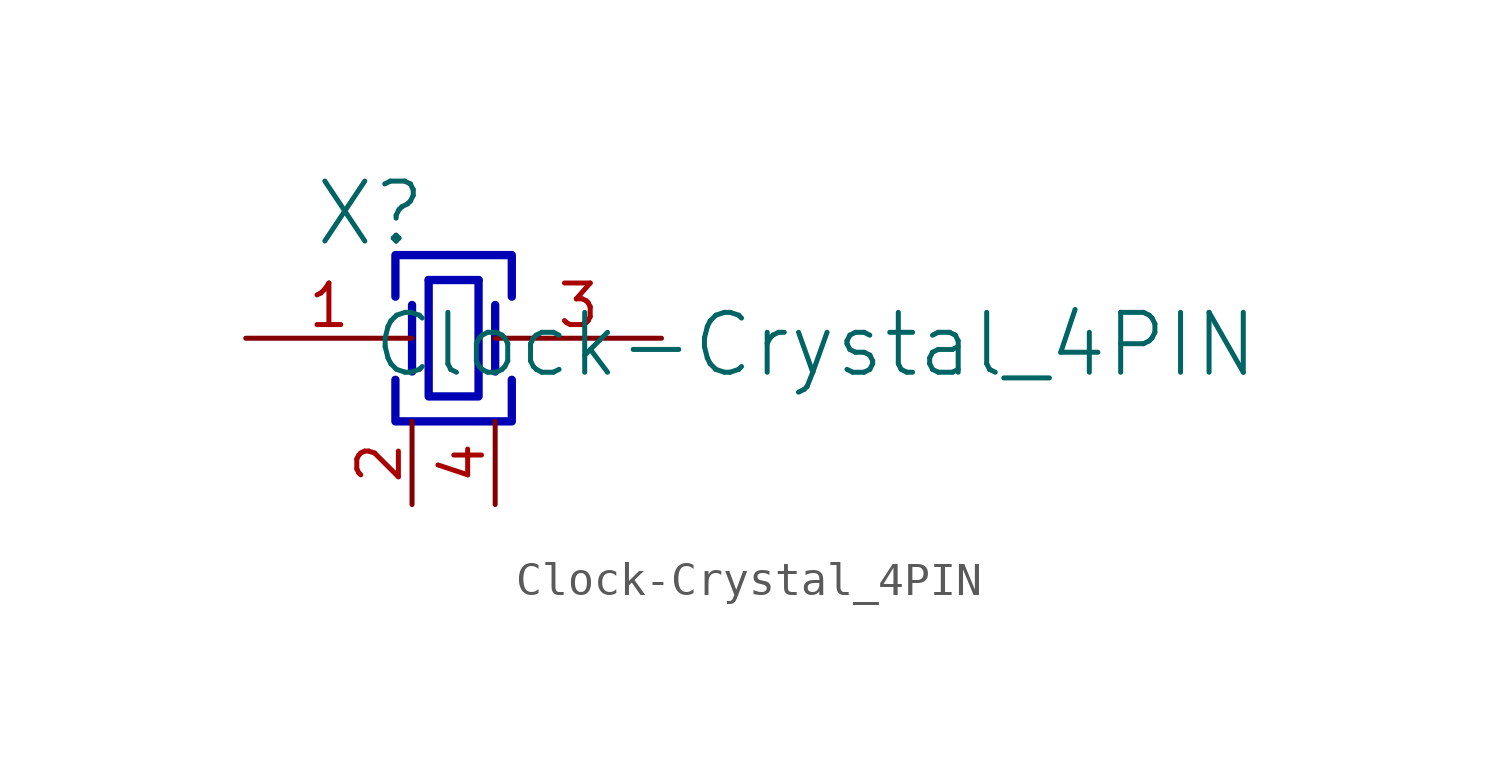
<source format=kicad_sym>
(kicad_symbol_lib
  (version 20231120)
  (generator "kicad_symbol_editor")
  (generator_version "8.0")
  (symbol "Clock-Crystal_4PIN"
    (property "Reference" "X"
      (at -1.27 1.27 0)
      (effects (font (size 1.829 1.829))))
    (property "Value" "Clock-Crystal_4PIN"
      (at -1.27 -3.81 0)
      (effects (font (size 1.829 1.829)) (justify left bottom)))
    (symbol "Clock-Crystal_4PIN_1_0"
      (polyline (pts (xy 0 -1.524) (xy 0 -3.556)) (stroke (width 0.254) (type solid) (color 0 0 180 1)) (fill (type none)))
      (polyline (pts (xy 0.508 -0.762) (xy 2.032 -0.762)) (stroke (width 0.254) (type solid) (color 0 0 180 1)) (fill (type none)))
      (polyline (pts (xy 2.54 -1.524) (xy 2.54 -3.556)) (stroke (width 0.254) (type solid) (color 0 0 180 1)) (fill (type none)))
      (polyline (pts (xy -0.508 -1.27) (xy -0.508 0) (xy 3.048 0) (xy 3.048 -1.27)) (stroke (width 0.254) (type solid) (color 0 0 180 1)) (fill (type none)))
      (polyline (pts (xy 2.032 -0.762) (xy 2.032 -4.318) (xy 0.508 -4.318) (xy 0.508 -0.762)) (stroke (width 0.254) (type solid) (color 0 0 180 1)) (fill (type none)))
      (polyline (pts (xy 3.048 -3.81) (xy 3.048 -5.08) (xy -0.508 -5.08) (xy -0.508 -3.81)) (stroke (width 0.254) (type solid) (color 0 0 180 1)) (fill (type none)))
      (pin passive line (at -5.08 -2.54 0) (length 5.08) (name "1" (effects (font (size 0 0)))) (number "1" (effects (font (size 1.27 1.27)))))
      (pin passive line (at 0 -7.62 90) (length 2.54) (name "2" (effects (font (size 0 0)))) (number "2" (effects (font (size 1.27 1.27)))))
      (pin passive line (at 7.62 -2.54 180) (length 5.08) (name "3" (effects (font (size 0 0)))) (number "3" (effects (font (size 1.27 1.27)))))
      (pin passive line (at 2.54 -7.62 90) (length 2.54) (name "4" (effects (font (size 0 0)))) (number "4" (effects (font (size 1.27 1.27))))))))
</source>
